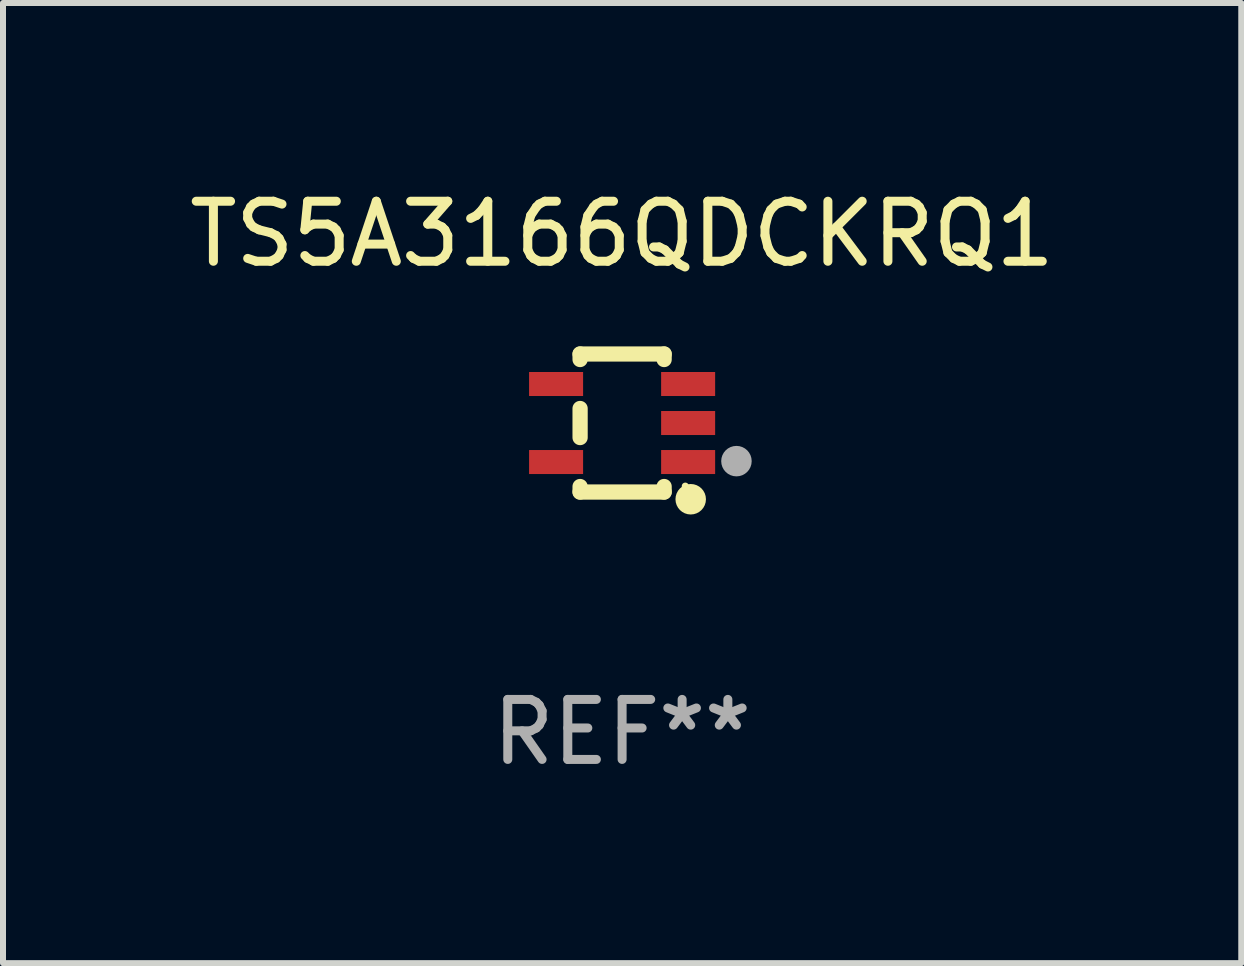
<source format=kicad_pcb>
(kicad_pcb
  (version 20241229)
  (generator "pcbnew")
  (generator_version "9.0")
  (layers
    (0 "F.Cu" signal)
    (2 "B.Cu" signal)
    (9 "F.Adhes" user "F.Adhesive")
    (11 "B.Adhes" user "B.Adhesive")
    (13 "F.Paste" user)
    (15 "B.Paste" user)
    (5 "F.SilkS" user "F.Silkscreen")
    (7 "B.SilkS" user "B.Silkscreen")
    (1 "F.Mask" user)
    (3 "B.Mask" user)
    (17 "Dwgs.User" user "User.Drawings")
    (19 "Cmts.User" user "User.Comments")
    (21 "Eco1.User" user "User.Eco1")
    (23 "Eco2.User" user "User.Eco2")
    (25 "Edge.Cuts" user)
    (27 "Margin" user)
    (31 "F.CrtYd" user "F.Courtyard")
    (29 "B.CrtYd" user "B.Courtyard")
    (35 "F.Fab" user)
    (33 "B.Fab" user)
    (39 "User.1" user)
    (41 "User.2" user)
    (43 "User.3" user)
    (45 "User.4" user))
  (footprint "TS5A3166QDCKRQ1"
    (layer "F.Cu")
    (at 7.315 3.998)
    (property "Reference" "TS5A3166QDCKRQ1" (at 0 -3.15 0) (layer "F.SilkS") (effects (font (size 1 1) (thickness 0.15))))
    (attr through_hole)
    (fp_line (start -0.7 -1.15) (end 0.7 -1.15) (stroke (width 0.254) (type solid)) (layer "F.SilkS"))
    (fp_line (start -0.7 -1.058) (end -0.7 -1.15) (stroke (width 0.254) (type solid)) (layer "F.SilkS"))
    (fp_line (start -0.7 0.242) (end -0.7 -0.242) (stroke (width 0.254) (type solid)) (layer "F.SilkS"))
    (fp_line (start -0.7 1.15) (end -0.7 1.058) (stroke (width 0.254) (type solid)) (layer "F.SilkS"))
    (fp_line (start -0.7 1.15) (end 0.7 1.15) (stroke (width 0.254) (type solid)) (layer "F.SilkS"))
    (fp_line (start 0.7 -1.058) (end 0.7 -1.15) (stroke (width 0.254) (type solid)) (layer "F.SilkS"))
    (fp_line (start 0.7 1.15) (end 0.7 1.058) (stroke (width 0.254) (type solid)) (layer "F.SilkS"))
    (fp_circle (center 1.053 1.052) (end 1.083 1.052) (stroke (width 0.06) (type solid)) (fill no) (layer "F.SilkS"))
    (fp_circle (center 1.143 1.27) (end 1.27 1.27) (stroke (width 0.254) (type solid)) (fill no) (layer "F.SilkS"))
    (fp_circle (center 1.905 0.635) (end 2.032 0.635) (stroke (width 0.254) (type solid)) (fill no) (layer "F.Fab"))
    (fp_text user "REF**" (at 0 5.15 0) (layer "F.Fab") (effects (font (size 1 1) (thickness 0.15))))
    (pad "1" smd rect (at 1.1 0.65 90) (size 0.4 0.9) (layers "F.Cu" "F.Mask" "F.Paste"))
    (pad "2" smd rect (at 1.1 0.000025 90) (size 0.4 0.9) (layers "F.Cu" "F.Mask" "F.Paste"))
    (pad "3" smd rect (at 1.1 -0.65 90) (size 0.4 0.9) (layers "F.Cu" "F.Mask" "F.Paste"))
    (pad "4" smd rect (at -1.1 -0.65 90) (size 0.4 0.9) (layers "F.Cu" "F.Mask" "F.Paste"))
    (pad "5" smd rect (at -1.1 0.65 90) (size 0.4 0.9) (layers "F.Cu" "F.Mask" "F.Paste")))
  (gr_rect
    (start -3 -3)
    (end 17.631 12.997)
    (stroke (width 0.1) (type default))
    (fill no)
    (layer "Edge.Cuts")))
</source>
